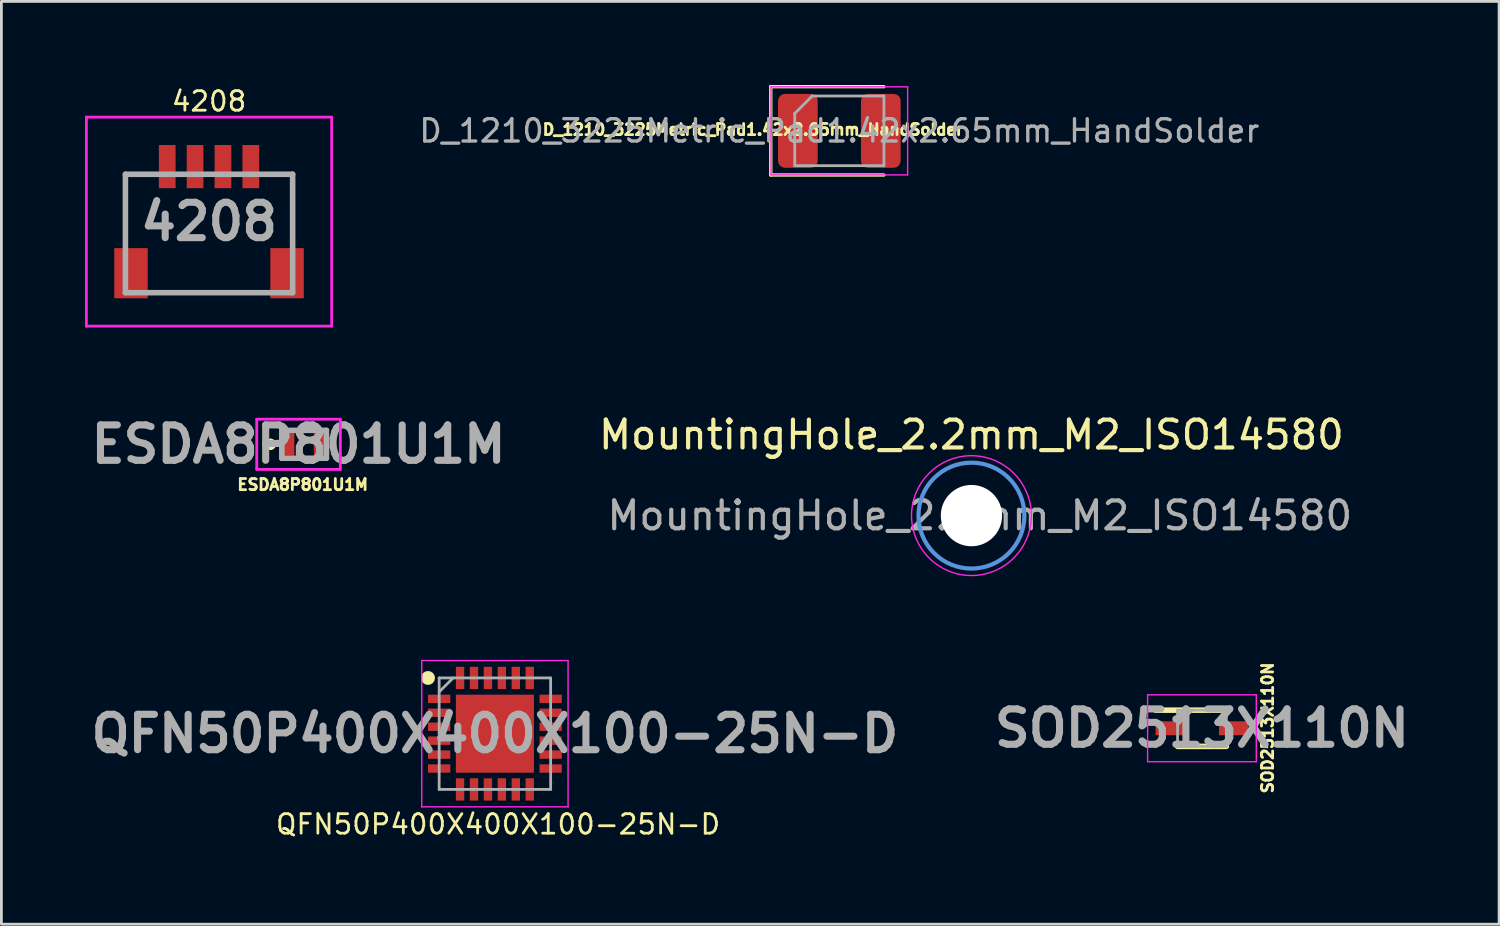
<source format=kicad_pcb>
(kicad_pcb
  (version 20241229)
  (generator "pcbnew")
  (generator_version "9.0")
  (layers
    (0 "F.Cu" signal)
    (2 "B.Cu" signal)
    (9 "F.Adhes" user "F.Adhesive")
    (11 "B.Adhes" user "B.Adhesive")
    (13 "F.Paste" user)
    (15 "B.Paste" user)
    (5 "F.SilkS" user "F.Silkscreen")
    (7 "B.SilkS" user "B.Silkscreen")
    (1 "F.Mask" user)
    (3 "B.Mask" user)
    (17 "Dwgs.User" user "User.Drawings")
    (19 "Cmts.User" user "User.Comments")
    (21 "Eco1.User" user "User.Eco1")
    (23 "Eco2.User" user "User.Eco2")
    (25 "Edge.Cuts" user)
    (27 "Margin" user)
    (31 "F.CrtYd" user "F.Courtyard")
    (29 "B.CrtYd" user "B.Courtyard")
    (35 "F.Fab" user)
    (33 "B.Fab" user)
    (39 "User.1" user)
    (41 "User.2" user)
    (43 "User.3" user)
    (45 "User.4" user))
  (footprint "MountingHole_2.2mm_M2_ISO14580"
    (layer "F.Cu")
    (at 31.807 15.451)
    (property "Reference" "MountingHole_2.2mm_M2_ISO14580" (at 0 -2.9 0) (layer "F.SilkS") (effects (font (size 1 1) (thickness 0.15))))
    (attr exclude_from_pos_files exclude_from_bom)
    (fp_circle (center 0 0) (end 1.9 0) (stroke (width 0.15) (type solid)) (fill no) (layer "Cmts.User"))
    (fp_circle (center 0 0) (end 2.15 0) (stroke (width 0.05) (type solid)) (fill no) (layer "F.CrtYd"))
    (fp_text user "${REFERENCE}" (at 0.3 0 0) (layer "F.Fab") (effects (font (size 1 1) (thickness 0.15))))
    (pad "" np_thru_hole circle (at 0 0) (size 2.2 2.2) (drill 2.2) (layers "*.Cu" "*.Mask")))
  (footprint "ESDA8P801U1M"
    (layer "F.Cu")
    (at 7.862 12.892)
    (property "Reference" "ESDA8P801U1M" (at -0.051 1.448 0) (layer "F.SilkS") (effects (font (size 0.4 0.4) (thickness 0.1))))
    (attr smd)
    (fp_line (start -1.2 -0.1) (end -1.2 -0.1) (stroke (width 0.2) (type solid)) (layer "F.SilkS"))
    (fp_line (start -1.2 0.1) (end -1.2 0.1) (stroke (width 0.2) (type solid)) (layer "F.SilkS"))
    (fp_line (start -0.2 -0.5) (end 0.2 -0.5) (stroke (width 0.1) (type solid)) (layer "F.SilkS"))
    (fp_line (start -0.2 0.5) (end 0.2 0.5) (stroke (width 0.1) (type solid)) (layer "F.SilkS"))
    (fp_arc (start -1.2 -0.1) (mid -1.1 0) (end -1.2 0.1) (stroke (width 0.2) (type solid)) (layer "F.SilkS"))
    (fp_arc (start -1.2 0.1) (mid -1.3 0) (end -1.2 -0.1) (stroke (width 0.2) (type solid)) (layer "F.SilkS"))
    (fp_line (start -1.7 -0.9) (end 1.3 -0.9) (stroke (width 0.1) (type solid)) (layer "F.CrtYd"))
    (fp_line (start -1.7 0.9) (end -1.7 -0.9) (stroke (width 0.1) (type solid)) (layer "F.CrtYd"))
    (fp_line (start 1.3 -0.9) (end 1.3 0.9) (stroke (width 0.1) (type solid)) (layer "F.CrtYd"))
    (fp_line (start 1.3 0.9) (end -1.7 0.9) (stroke (width 0.1) (type solid)) (layer "F.CrtYd"))
    (fp_line (start -0.8 -0.5) (end 0.8 -0.5) (stroke (width 0.2) (type solid)) (layer "F.Fab"))
    (fp_line (start -0.8 0.5) (end -0.8 -0.5) (stroke (width 0.2) (type solid)) (layer "F.Fab"))
    (fp_line (start 0.8 -0.5) (end 0.8 0.5) (stroke (width 0.2) (type solid)) (layer "F.Fab"))
    (fp_line (start 0.8 0.5) (end -0.8 0.5) (stroke (width 0.2) (type solid)) (layer "F.Fab"))
    (fp_text user "${REFERENCE}" (at -0.2 0 0) (layer "F.Fab") (effects (font (size 1.27 1.27) (thickness 0.254))))
    (pad "1" smd rect (at -0.625 0) (size 0.55 0.8) (layers "F.Cu" "F.Mask" "F.Paste"))
    (pad "2" smd rect (at 0.625 0) (size 0.55 0.8) (layers "F.Cu" "F.Mask" "F.Paste")))
  (footprint "SOD2513X110N"
    (layer "F.Cu")
    (at 40.078 23.082)
    (property "Reference" "SOD2513X110N" (at 2.356 -0.013 90) (layer "F.SilkS") (effects (font (size 0.4 0.4) (thickness 0.1))))
    (attr smd)
    (fp_line (start -1.662 -0.65) (end 0.875 -0.65) (stroke (width 0.2) (type solid)) (layer "F.SilkS"))
    (fp_line (start -0.875 0.65) (end 0.875 0.65) (stroke (width 0.2) (type solid)) (layer "F.SilkS"))
    (fp_line (start -1.95 -1.2) (end 1.95 -1.2) (stroke (width 0.05) (type solid)) (layer "F.CrtYd"))
    (fp_line (start -1.95 1.2) (end -1.95 -1.2) (stroke (width 0.05) (type solid)) (layer "F.CrtYd"))
    (fp_line (start 1.95 -1.2) (end 1.95 1.2) (stroke (width 0.05) (type solid)) (layer "F.CrtYd"))
    (fp_line (start 1.95 1.2) (end -1.95 1.2) (stroke (width 0.05) (type solid)) (layer "F.CrtYd"))
    (fp_line (start -0.875 -0.65) (end 0.875 -0.65) (stroke (width 0.1) (type solid)) (layer "F.Fab"))
    (fp_line (start -0.875 -0.125) (end -0.35 -0.65) (stroke (width 0.1) (type solid)) (layer "F.Fab"))
    (fp_line (start -0.875 0.65) (end -0.875 -0.65) (stroke (width 0.1) (type solid)) (layer "F.Fab"))
    (fp_line (start 0.875 -0.65) (end 0.875 0.65) (stroke (width 0.1) (type solid)) (layer "F.Fab"))
    (fp_line (start 0.875 0.65) (end -0.875 0.65) (stroke (width 0.1) (type solid)) (layer "F.Fab"))
    (fp_text user "${REFERENCE}" (at 0 0 0) (layer "F.Fab") (effects (font (size 1.27 1.27) (thickness 0.254))))
    (pad "1" smd rect (at -1.138 0 90) (size 0.5 1.05) (layers "F.Cu" "F.Mask" "F.Paste"))
    (pad "2" smd rect (at 1.138 0 90) (size 0.5 1.05) (layers "F.Cu" "F.Mask" "F.Paste")))
  (footprint "4208"
    (layer "F.Cu")
    (at 4.45 4.903)
    (property "Reference" "4208" (at 0 -4.318 180) (layer "F.SilkS") (effects (font (size 0.7 0.7) (thickness 0.1))))
    (attr smd)
    (fp_line (start -3 -1.7) (end -3 0.75) (stroke (width 0.1) (type solid)) (layer "F.SilkS"))
    (fp_line (start -2 -1.7) (end -3 -1.7) (stroke (width 0.1) (type solid)) (layer "F.SilkS"))
    (fp_line (start -2 2.55) (end 2 2.55) (stroke (width 0.1) (type solid)) (layer "F.SilkS"))
    (fp_line (start 2 -1.7) (end 3 -1.7) (stroke (width 0.1) (type solid)) (layer "F.SilkS"))
    (fp_line (start 3 -1.7) (end 3 0.75) (stroke (width 0.1) (type solid)) (layer "F.SilkS"))
    (fp_line (start -4.4 -3.75) (end 4.4 -3.75) (stroke (width 0.1) (type solid)) (layer "F.CrtYd"))
    (fp_line (start -4.4 3.75) (end -4.4 -3.75) (stroke (width 0.1) (type solid)) (layer "F.CrtYd"))
    (fp_line (start 4.4 -3.75) (end 4.4 3.75) (stroke (width 0.1) (type solid)) (layer "F.CrtYd"))
    (fp_line (start 4.4 3.75) (end -4.4 3.75) (stroke (width 0.1) (type solid)) (layer "F.CrtYd"))
    (fp_line (start -3 -1.7) (end 3 -1.7) (stroke (width 0.2) (type solid)) (layer "F.Fab"))
    (fp_line (start -3 2.55) (end -3 -1.7) (stroke (width 0.2) (type solid)) (layer "F.Fab"))
    (fp_line (start 3 -1.7) (end 3 2.55) (stroke (width 0.2) (type solid)) (layer "F.Fab"))
    (fp_line (start 3 2.55) (end -3 2.55) (stroke (width 0.2) (type solid)) (layer "F.Fab"))
    (fp_text user "${REFERENCE}" (at 0 0 0) (layer "F.Fab") (effects (font (size 1.27 1.27) (thickness 0.254))))
    (pad "1" smd rect (at -1.5 -1.975) (size 0.6 1.55) (layers "F.Cu" "F.Mask" "F.Paste"))
    (pad "2" smd rect (at -0.5 -1.975) (size 0.6 1.55) (layers "F.Cu" "F.Mask" "F.Paste"))
    (pad "3" smd rect (at 0.5 -1.975) (size 0.6 1.55) (layers "F.Cu" "F.Mask" "F.Paste"))
    (pad "4" smd rect (at 1.5 -1.975) (size 0.6 1.55) (layers "F.Cu" "F.Mask" "F.Paste"))
    (pad "5" smd rect (at -2.8 1.85) (size 1.2 1.8) (layers "F.Cu" "F.Mask" "F.Paste"))
    (pad "6" smd rect (at 2.8 1.85) (size 1.2 1.8) (layers "F.Cu" "F.Mask" "F.Paste")))
  (footprint "D_1210_3225Metric_Pad1.42x2.65mm_HandSolder"
    (layer "F.Cu")
    (at 27.067 1.645)
    (property "Reference" "D_1210_3225Metric_Pad1.42x2.65mm_HandSolder" (at -3.101 -0.044 0) (layer "F.SilkS") (effects (font (size 0.4 0.4) (thickness 0.1))))
    (attr smd)
    (fp_line (start -2.46 -1.585) (end -2.46 1.585) (stroke (width 0.12) (type solid)) (layer "F.SilkS"))
    (fp_line (start -2.46 1.585) (end 1.6 1.585) (stroke (width 0.12) (type solid)) (layer "F.SilkS"))
    (fp_line (start 1.6 -1.585) (end -2.46 -1.585) (stroke (width 0.12) (type solid)) (layer "F.SilkS"))
    (fp_line (start -2.45 -1.58) (end 2.45 -1.58) (stroke (width 0.05) (type solid)) (layer "F.CrtYd"))
    (fp_line (start -2.45 1.58) (end -2.45 -1.58) (stroke (width 0.05) (type solid)) (layer "F.CrtYd"))
    (fp_line (start 2.45 -1.58) (end 2.45 1.58) (stroke (width 0.05) (type solid)) (layer "F.CrtYd"))
    (fp_line (start 2.45 1.58) (end -2.45 1.58) (stroke (width 0.05) (type solid)) (layer "F.CrtYd"))
    (fp_line (start -1.6 -0.625) (end -1.6 1.25) (stroke (width 0.1) (type solid)) (layer "F.Fab"))
    (fp_line (start -1.6 1.25) (end 1.6 1.25) (stroke (width 0.1) (type solid)) (layer "F.Fab"))
    (fp_line (start -0.975 -1.25) (end -1.6 -0.625) (stroke (width 0.1) (type solid)) (layer "F.Fab"))
    (fp_line (start 1.6 -1.25) (end -0.975 -1.25) (stroke (width 0.1) (type solid)) (layer "F.Fab"))
    (fp_line (start 1.6 1.25) (end 1.6 -1.25) (stroke (width 0.1) (type solid)) (layer "F.Fab"))
    (fp_text user "${REFERENCE}" (at 0 0 0) (layer "F.Fab") (effects (font (size 0.8 0.8) (thickness 0.12))))
    (pad "1" smd roundrect (at -1.488 0) (size 1.425 2.65) (layers "F.Cu" "F.Mask" "F.Paste") (roundrect_rratio 0.175))
    (pad "2" smd roundrect (at 1.488 0) (size 1.425 2.65) (layers "F.Cu" "F.Mask" "F.Paste") (roundrect_rratio 0.175)))
  (footprint "QFN50P400X400X100-25N-D"
    (layer "F.Cu")
    (at 14.708 23.276)
    (property "Reference" "QFN50P400X400X100-25N-D" (at 0.114 3.251 0) (layer "F.SilkS") (effects (font (size 0.7 0.7) (thickness 0.1))))
    (attr smd)
    (fp_circle (center -2.4 -2) (end -2.4 -1.875) (stroke (width 0.25) (type solid)) (fill no) (layer "F.SilkS"))
    (fp_line (start -2.625 -2.625) (end 2.625 -2.625) (stroke (width 0.05) (type solid)) (layer "F.CrtYd"))
    (fp_line (start -2.625 2.625) (end -2.625 -2.625) (stroke (width 0.05) (type solid)) (layer "F.CrtYd"))
    (fp_line (start 2.625 -2.625) (end 2.625 2.625) (stroke (width 0.05) (type solid)) (layer "F.CrtYd"))
    (fp_line (start 2.625 2.625) (end -2.625 2.625) (stroke (width 0.05) (type solid)) (layer "F.CrtYd"))
    (fp_line (start -2 -2) (end 2 -2) (stroke (width 0.1) (type solid)) (layer "F.Fab"))
    (fp_line (start -2 -1.5) (end -1.5 -2) (stroke (width 0.1) (type solid)) (layer "F.Fab"))
    (fp_line (start -2 2) (end -2 -2) (stroke (width 0.1) (type solid)) (layer "F.Fab"))
    (fp_line (start 2 -2) (end 2 2) (stroke (width 0.1) (type solid)) (layer "F.Fab"))
    (fp_line (start 2 2) (end -2 2) (stroke (width 0.1) (type solid)) (layer "F.Fab"))
    (fp_text user "${REFERENCE}" (at 0 0 0) (layer "F.Fab") (effects (font (size 1.27 1.27) (thickness 0.254))))
    (pad "1" smd rect (at -2 -1.25 90) (size 0.3 0.8) (layers "F.Cu" "F.Mask" "F.Paste"))
    (pad "2" smd rect (at -2 -0.75 90) (size 0.3 0.8) (layers "F.Cu" "F.Mask" "F.Paste"))
    (pad "3" smd rect (at -2 -0.25 90) (size 0.3 0.8) (layers "F.Cu" "F.Mask" "F.Paste"))
    (pad "4" smd rect (at -2 0.25 90) (size 0.3 0.8) (layers "F.Cu" "F.Mask" "F.Paste"))
    (pad "5" smd rect (at -2 0.75 90) (size 0.3 0.8) (layers "F.Cu" "F.Mask" "F.Paste"))
    (pad "6" smd rect (at -2 1.25 90) (size 0.3 0.8) (layers "F.Cu" "F.Mask" "F.Paste"))
    (pad "7" smd rect (at -1.25 2) (size 0.3 0.8) (layers "F.Cu" "F.Mask" "F.Paste"))
    (pad "8" smd rect (at -0.75 2) (size 0.3 0.8) (layers "F.Cu" "F.Mask" "F.Paste"))
    (pad "9" smd rect (at -0.25 2) (size 0.3 0.8) (layers "F.Cu" "F.Mask" "F.Paste"))
    (pad "10" smd rect (at 0.25 2) (size 0.3 0.8) (layers "F.Cu" "F.Mask" "F.Paste"))
    (pad "11" smd rect (at 0.75 2) (size 0.3 0.8) (layers "F.Cu" "F.Mask" "F.Paste"))
    (pad "12" smd rect (at 1.25 2) (size 0.3 0.8) (layers "F.Cu" "F.Mask" "F.Paste"))
    (pad "13" smd rect (at 2 1.25 90) (size 0.3 0.8) (layers "F.Cu" "F.Mask" "F.Paste"))
    (pad "14" smd rect (at 2 0.75 90) (size 0.3 0.8) (layers "F.Cu" "F.Mask" "F.Paste"))
    (pad "15" smd rect (at 2 0.25 90) (size 0.3 0.8) (layers "F.Cu" "F.Mask" "F.Paste"))
    (pad "16" smd rect (at 2 -0.25 90) (size 0.3 0.8) (layers "F.Cu" "F.Mask" "F.Paste"))
    (pad "17" smd rect (at 2 -0.75 90) (size 0.3 0.8) (layers "F.Cu" "F.Mask" "F.Paste"))
    (pad "18" smd rect (at 2 -1.25 90) (size 0.3 0.8) (layers "F.Cu" "F.Mask" "F.Paste"))
    (pad "19" smd rect (at 1.25 -2) (size 0.3 0.8) (layers "F.Cu" "F.Mask" "F.Paste"))
    (pad "20" smd rect (at 0.75 -2) (size 0.3 0.8) (layers "F.Cu" "F.Mask" "F.Paste"))
    (pad "21" smd rect (at 0.25 -2) (size 0.3 0.8) (layers "F.Cu" "F.Mask" "F.Paste"))
    (pad "22" smd rect (at -0.25 -2) (size 0.3 0.8) (layers "F.Cu" "F.Mask" "F.Paste"))
    (pad "23" smd rect (at -0.75 -2) (size 0.3 0.8) (layers "F.Cu" "F.Mask" "F.Paste"))
    (pad "24" smd rect (at -1.25 -2) (size 0.3 0.8) (layers "F.Cu" "F.Mask" "F.Paste"))
    (pad "25" smd rect (at 0 0) (size 2.8 2.8) (layers "F.Cu" "F.Mask" "F.Paste")))
  (gr_rect
    (start -3 -3)
    (end 50.74 30.112)
    (stroke (width 0.1) (type default))
    (fill no)
    (layer "Edge.Cuts")))
</source>
